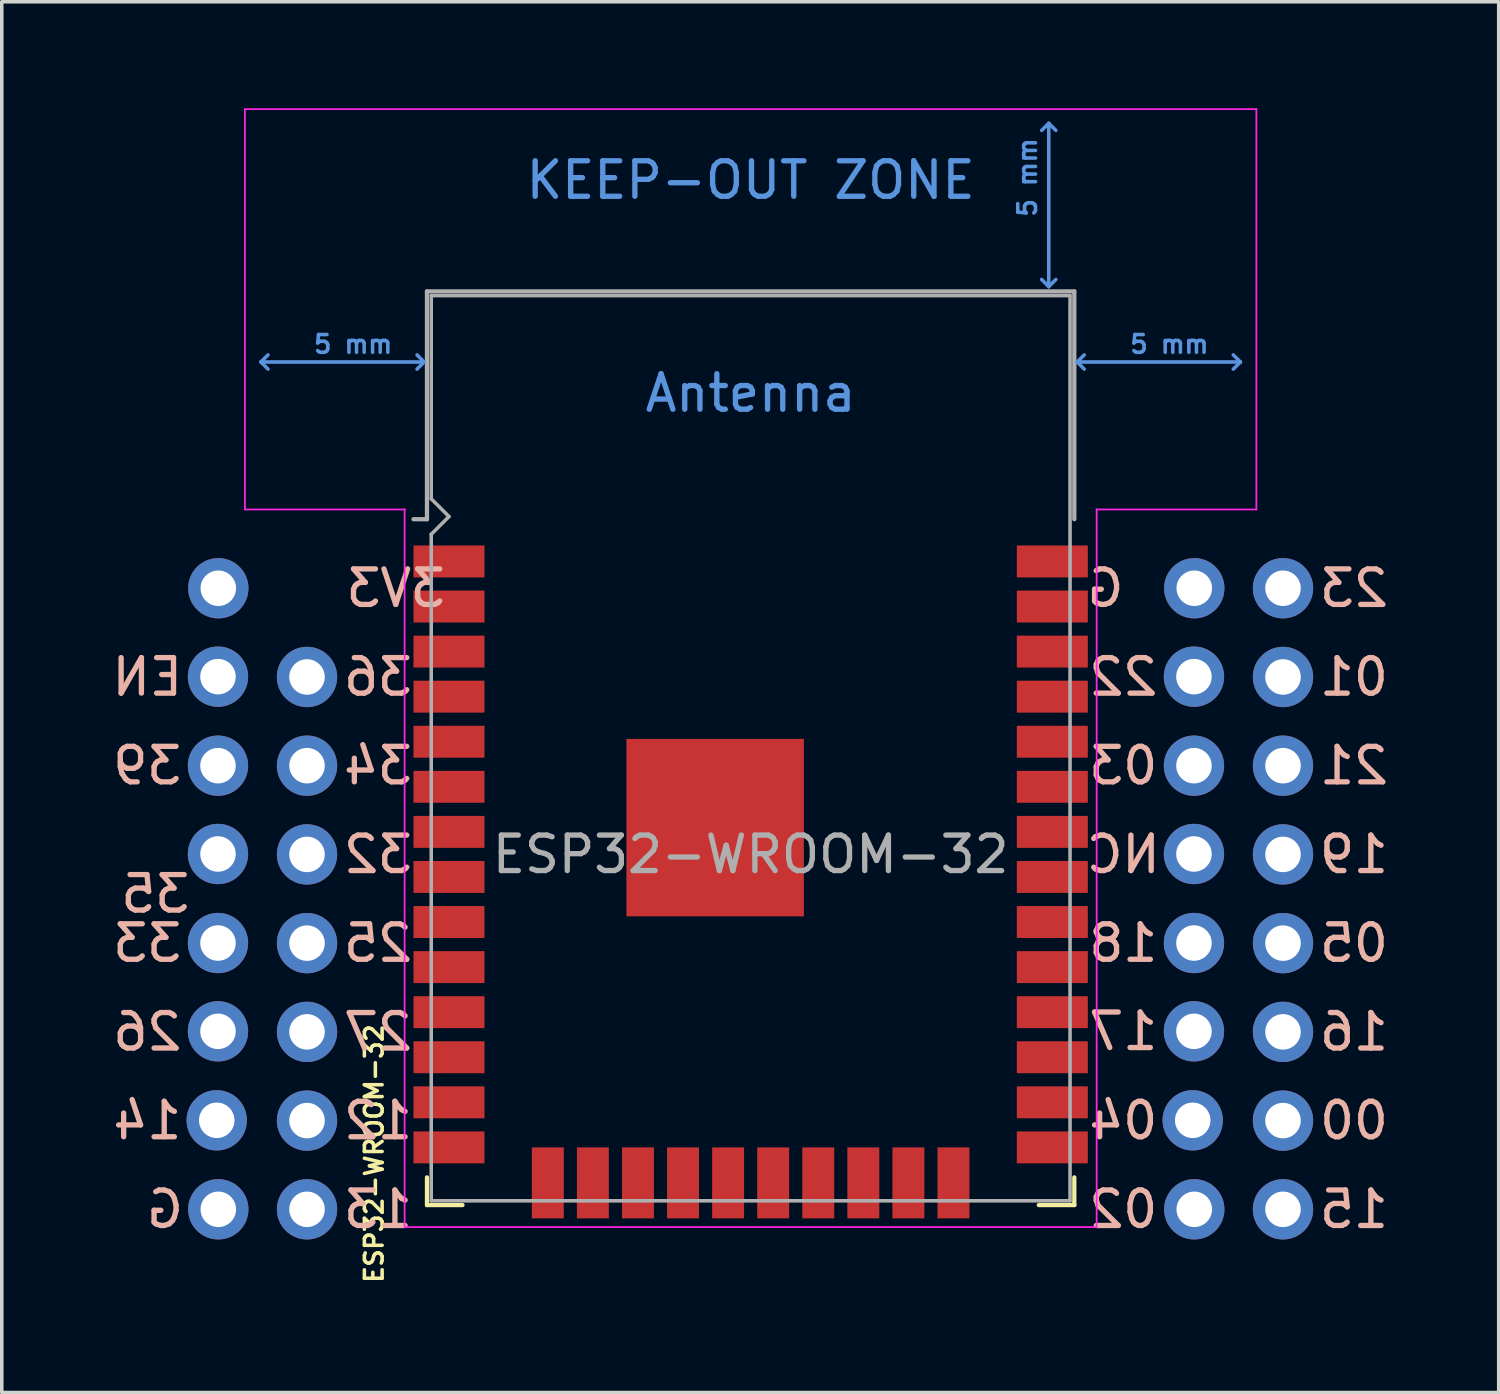
<source format=kicad_pcb>
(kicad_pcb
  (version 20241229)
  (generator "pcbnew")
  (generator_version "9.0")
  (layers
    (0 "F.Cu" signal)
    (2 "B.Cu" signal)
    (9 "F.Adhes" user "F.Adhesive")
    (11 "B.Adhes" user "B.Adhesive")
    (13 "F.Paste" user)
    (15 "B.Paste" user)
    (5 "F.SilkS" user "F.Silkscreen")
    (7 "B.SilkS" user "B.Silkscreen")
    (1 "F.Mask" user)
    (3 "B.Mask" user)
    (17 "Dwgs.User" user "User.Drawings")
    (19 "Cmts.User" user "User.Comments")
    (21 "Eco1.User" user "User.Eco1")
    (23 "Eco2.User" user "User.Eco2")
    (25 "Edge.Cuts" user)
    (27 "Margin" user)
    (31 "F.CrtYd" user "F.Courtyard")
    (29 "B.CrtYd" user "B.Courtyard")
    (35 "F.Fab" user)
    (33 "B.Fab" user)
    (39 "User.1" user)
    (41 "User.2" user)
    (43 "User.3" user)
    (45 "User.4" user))
  (footprint "ESP32-WROOM-32"
    (layer "F.Cu")
    (at 18.101 21.025)
    (property "Reference" "ESP32-WROOM-32" (at -10.61 8.43 90) (layer "F.SilkS") (effects (font (size 0.5 0.5) (thickness 0.1))))
    (attr smd)
    (fp_line (start -9.12 9.1) (end -9.12 9.88) (stroke (width 0.12) (type solid)) (layer "F.SilkS"))
    (fp_line (start -9.12 9.88) (end -8.12 9.88) (stroke (width 0.12) (type solid)) (layer "F.SilkS"))
    (fp_line (start 9.12 9.1) (end 9.12 9.88) (stroke (width 0.12) (type solid)) (layer "F.SilkS"))
    (fp_line (start 9.12 9.88) (end 8.12 9.88) (stroke (width 0.12) (type solid)) (layer "F.SilkS"))
    (fp_line (start -13.8 -13.875) (end -13.6 -14.075) (stroke (width 0.1) (type solid)) (layer "Cmts.User"))
    (fp_line (start -13.8 -13.875) (end -13.6 -13.675) (stroke (width 0.1) (type solid)) (layer "Cmts.User"))
    (fp_line (start -13.8 -13.875) (end -9.2 -13.875) (stroke (width 0.1) (type solid)) (layer "Cmts.User"))
    (fp_line (start -9.2 -13.875) (end -9.4 -14.075) (stroke (width 0.1) (type solid)) (layer "Cmts.User"))
    (fp_line (start -9.2 -13.875) (end -9.4 -13.675) (stroke (width 0.1) (type solid)) (layer "Cmts.User"))
    (fp_line (start 8.4 -20.6) (end 8.2 -20.4) (stroke (width 0.1) (type solid)) (layer "Cmts.User"))
    (fp_line (start 8.4 -20.6) (end 8.6 -20.4) (stroke (width 0.1) (type solid)) (layer "Cmts.User"))
    (fp_line (start 8.4 -16) (end 8.2 -16.2) (stroke (width 0.1) (type solid)) (layer "Cmts.User"))
    (fp_line (start 8.4 -16) (end 8.4 -20.6) (stroke (width 0.1) (type solid)) (layer "Cmts.User"))
    (fp_line (start 8.4 -16) (end 8.6 -16.2) (stroke (width 0.1) (type solid)) (layer "Cmts.User"))
    (fp_line (start 9.2 -13.875) (end 9.4 -14.075) (stroke (width 0.1) (type solid)) (layer "Cmts.User"))
    (fp_line (start 9.2 -13.875) (end 9.4 -13.675) (stroke (width 0.1) (type solid)) (layer "Cmts.User"))
    (fp_line (start 9.2 -13.875) (end 13.8 -13.875) (stroke (width 0.1) (type solid)) (layer "Cmts.User"))
    (fp_line (start 13.8 -13.875) (end 13.6 -14.075) (stroke (width 0.1) (type solid)) (layer "Cmts.User"))
    (fp_line (start 13.8 -13.875) (end 13.6 -13.675) (stroke (width 0.1) (type solid)) (layer "Cmts.User"))
    (fp_line (start -14.25 -21) (end -14.25 -9.72) (stroke (width 0.05) (type solid)) (layer "F.CrtYd"))
    (fp_line (start -14.25 -21) (end 14.25 -21) (stroke (width 0.05) (type solid)) (layer "F.CrtYd"))
    (fp_line (start -14.25 -9.72) (end -9.75 -9.72) (stroke (width 0.05) (type solid)) (layer "F.CrtYd"))
    (fp_line (start -9.75 10.5) (end -9.75 -9.72) (stroke (width 0.05) (type solid)) (layer "F.CrtYd"))
    (fp_line (start -9.75 10.5) (end 9.75 10.5) (stroke (width 0.05) (type solid)) (layer "F.CrtYd"))
    (fp_line (start 9.75 -9.72) (end 9.75 10.5) (stroke (width 0.05) (type solid)) (layer "F.CrtYd"))
    (fp_line (start 9.75 -9.72) (end 14.25 -9.72) (stroke (width 0.05) (type solid)) (layer "F.CrtYd"))
    (fp_line (start 14.25 -21) (end 14.25 -9.72) (stroke (width 0.05) (type solid)) (layer "F.CrtYd"))
    (fp_line (start -9.12 -15.865) (end -9.12 -9.445) (stroke (width 0.12) (type solid)) (layer "F.Fab"))
    (fp_line (start -9.12 -15.865) (end 9.12 -15.865) (stroke (width 0.12) (type solid)) (layer "F.Fab"))
    (fp_line (start -9.12 -9.445) (end -9.5 -9.445) (stroke (width 0.12) (type solid)) (layer "F.Fab"))
    (fp_line (start -9 -15.745) (end -9 -10.02) (stroke (width 0.1) (type solid)) (layer "F.Fab"))
    (fp_line (start -9 -15.745) (end 9 -15.745) (stroke (width 0.1) (type solid)) (layer "F.Fab"))
    (fp_line (start -9 -9.02) (end -9 9.76) (stroke (width 0.1) (type solid)) (layer "F.Fab"))
    (fp_line (start -9 -9.02) (end -8.5 -9.52) (stroke (width 0.1) (type solid)) (layer "F.Fab"))
    (fp_line (start -9 9.76) (end 9 9.76) (stroke (width 0.1) (type solid)) (layer "F.Fab"))
    (fp_line (start -8.5 -9.52) (end -9 -10.02) (stroke (width 0.1) (type solid)) (layer "F.Fab"))
    (fp_line (start 9 9.76) (end 9 -15.745) (stroke (width 0.1) (type solid)) (layer "F.Fab"))
    (fp_line (start 9.12 -15.865) (end 9.12 -9.445) (stroke (width 0.12) (type solid)) (layer "F.Fab"))
    (fp_text user "EN" (at -17 -5 0) (unlocked yes) (layer "B.SilkS") (effects (font (size 1 1) (thickness 0.15)) (justify mirror)))
    (fp_text user "01" (at 17 -5 0) (unlocked yes) (layer "B.SilkS") (effects (font (size 1 1) (thickness 0.15)) (justify mirror)))
    (fp_text user "14" (at -17 7.5 0) (unlocked yes) (layer "B.SilkS") (effects (font (size 1 1) (thickness 0.15)) (justify mirror)))
    (fp_text user "27" (at -10.5 5 0) (unlocked yes) (layer "B.SilkS") (effects (font (size 1 1) (thickness 0.15)) (justify mirror)))
    (fp_text user "G" (at -16.5 10 0) (unlocked yes) (layer "B.SilkS") (effects (font (size 1 1) (thickness 0.15)) (justify mirror)))
    (fp_text user "17" (at 10.5 4.986 0) (unlocked yes) (layer "B.SilkS") (effects (font (size 1 1) (thickness 0.15)) (justify mirror)))
    (fp_text user "05" (at 17 2.5 0) (unlocked yes) (layer "B.SilkS") (effects (font (size 1 1) (thickness 0.15)) (justify mirror)))
    (fp_text user "35" (at -16.772 1.113 0) (unlocked yes) (layer "B.SilkS") (effects (font (size 1 1) (thickness 0.15)) (justify mirror)))
    (fp_text user "16" (at 17 5 0) (unlocked yes) (layer "B.SilkS") (effects (font (size 1 1) (thickness 0.15)) (justify mirror)))
    (fp_text user "21" (at 17 -2.5 0) (unlocked yes) (layer "B.SilkS") (effects (font (size 1 1) (thickness 0.15)) (justify mirror)))
    (fp_text user "04" (at 10.5 7.5 0) (unlocked yes) (layer "B.SilkS") (effects (font (size 1 1) (thickness 0.15)) (justify mirror)))
    (fp_text user "12" (at -10.5 7.5 0) (unlocked yes) (layer "B.SilkS") (effects (font (size 1 1) (thickness 0.15)) (justify mirror)))
    (fp_text user "23" (at 17 -7.5 0) (unlocked yes) (layer "B.SilkS") (effects (font (size 1 1) (thickness 0.15)) (justify mirror)))
    (fp_text user "19" (at 17 0 0) (unlocked yes) (layer "B.SilkS") (effects (font (size 1 1) (thickness 0.15)) (justify mirror)))
    (fp_text user "13" (at -10.5 10 0) (unlocked yes) (layer "B.SilkS") (effects (font (size 1 1) (thickness 0.15)) (justify mirror)))
    (fp_text user "3V3" (at -10 -7.5 0) (unlocked yes) (layer "B.SilkS") (effects (font (size 1 1) (thickness 0.15)) (justify mirror)))
    (fp_text user "G" (at 10 -7.5 0) (unlocked yes) (layer "B.SilkS") (effects (font (size 1 1) (thickness 0.15)) (justify mirror)))
    (fp_text user "02" (at 10.5 10 0) (unlocked yes) (layer "B.SilkS") (effects (font (size 1 1) (thickness 0.15)) (justify mirror)))
    (fp_text user "22" (at 10.5 -5 0) (unlocked yes) (layer "B.SilkS") (effects (font (size 1 1) (thickness 0.15)) (justify mirror)))
    (fp_text user "NC" (at 10.5 0 0) (unlocked yes) (layer "B.SilkS") (effects (font (size 1 1) (thickness 0.15)) (justify mirror)))
    (fp_text user "39" (at -17 -2.5 0) (unlocked yes) (layer "B.SilkS") (effects (font (size 1 1) (thickness 0.15)) (justify mirror)))
    (fp_text user "34" (at -10.5 -2.5 0) (unlocked yes) (layer "B.SilkS") (effects (font (size 1 1) (thickness 0.15)) (justify mirror)))
    (fp_text user "32" (at -10.5 0 0) (unlocked yes) (layer "B.SilkS") (effects (font (size 1 1) (thickness 0.15)) (justify mirror)))
    (fp_text user "15" (at 17 10 0) (unlocked yes) (layer "B.SilkS") (effects (font (size 1 1) (thickness 0.15)) (justify mirror)))
    (fp_text user "36" (at -10.5 -5 0) (unlocked yes) (layer "B.SilkS") (effects (font (size 1 1) (thickness 0.15)) (justify mirror)))
    (fp_text user "33" (at -17 2.5 0) (unlocked yes) (layer "B.SilkS") (effects (font (size 1 1) (thickness 0.15)) (justify mirror)))
    (fp_text user "25" (at -10.5 2.5 0) (unlocked yes) (layer "B.SilkS") (effects (font (size 1 1) (thickness 0.15)) (justify mirror)))
    (fp_text user "26" (at -17 5 0) (unlocked yes) (layer "B.SilkS") (effects (font (size 1 1) (thickness 0.15)) (justify mirror)))
    (fp_text user "18" (at 10.5 2.5 0) (unlocked yes) (layer "B.SilkS") (effects (font (size 1 1) (thickness 0.15)) (justify mirror)))
    (fp_text user "03" (at 10.5 -2.5 0) (unlocked yes) (layer "B.SilkS") (effects (font (size 1 1) (thickness 0.15)) (justify mirror)))
    (fp_text user "00" (at 17 7.5 0) (unlocked yes) (layer "B.SilkS") (effects (font (size 1 1) (thickness 0.15)) (justify mirror)))
    (fp_text user "Antenna" (at 0 -13 0) (layer "Cmts.User") (effects (font (size 1 1) (thickness 0.15))))
    (fp_text user "5 mm" (at 7.8 -19.075 90) (layer "Cmts.User") (effects (font (size 0.5 0.5) (thickness 0.1))))
    (fp_text user "5 mm" (at -11.2 -14.375 0) (layer "Cmts.User") (effects (font (size 0.5 0.5) (thickness 0.1))))
    (fp_text user "KEEP-OUT ZONE" (at 0 -19 0) (layer "Cmts.User") (effects (font (size 1 1) (thickness 0.15))))
    (fp_text user "5 mm" (at 11.8 -14.375 0) (layer "Cmts.User") (effects (font (size 0.5 0.5) (thickness 0.1))))
    (fp_text user "${REFERENCE}" (at 0 0 0) (layer "F.Fab") (effects (font (size 1 1) (thickness 0.15))))
    (pad "1" smd rect (at -8.5 -8.255) (size 2 0.9) (layers "F.Cu" "F.Mask" "F.Paste"))
    (pad "2" thru_hole circle (at -15 -7.5) (size 1.7 1.7) (drill 1) (layers "*.Cu" "*.Mask"))
    (pad "2" smd rect (at -8.5 -6.985) (size 2 0.9) (layers "F.Cu" "F.Mask" "F.Paste"))
    (pad "3" thru_hole circle (at -15.009 -5.009) (size 1.7 1.7) (drill 1) (layers "*.Cu" "*.Mask"))
    (pad "3" smd rect (at -8.5 -5.715) (size 2 0.9) (layers "F.Cu" "F.Mask" "F.Paste"))
    (pad "4" thru_hole circle (at -12.5 -5) (size 1.7 1.7) (drill 1) (layers "*.Cu" "*.Mask"))
    (pad "4" smd rect (at -8.5 -4.445) (size 2 0.9) (layers "F.Cu" "F.Mask" "F.Paste"))
    (pad "5" thru_hole circle (at -15.009 -2.5) (size 1.7 1.7) (drill 1) (layers "*.Cu" "*.Mask"))
    (pad "5" smd rect (at -8.5 -3.175) (size 2 0.9) (layers "F.Cu" "F.Mask" "F.Paste"))
    (pad "6" thru_hole circle (at -12.5 -2.5) (size 1.7 1.7) (drill 1) (layers "*.Cu" "*.Mask"))
    (pad "6" smd rect (at -8.5 -1.905) (size 2 0.9) (layers "F.Cu" "F.Mask" "F.Paste"))
    (pad "7" thru_hole circle (at -15.009 -0.012) (size 1.7 1.7) (drill 1) (layers "*.Cu" "*.Mask"))
    (pad "7" smd rect (at -8.5 -0.635) (size 2 0.9) (layers "F.Cu" "F.Mask" "F.Paste"))
    (pad "8" thru_hole circle (at -12.5 0) (size 1.7 1.7) (drill 1) (layers "*.Cu" "*.Mask"))
    (pad "8" smd rect (at -8.5 0.635) (size 2 0.9) (layers "F.Cu" "F.Mask" "F.Paste"))
    (pad "9" thru_hole circle (at -15.009 2.497) (size 1.7 1.7) (drill 1) (layers "*.Cu" "*.Mask"))
    (pad "9" smd rect (at -8.5 1.905) (size 2 0.9) (layers "F.Cu" "F.Mask" "F.Paste"))
    (pad "10" thru_hole circle (at -12.5 2.5) (size 1.7 1.7) (drill 1) (layers "*.Cu" "*.Mask"))
    (pad "10" smd rect (at -8.5 3.175) (size 2 0.9) (layers "F.Cu" "F.Mask" "F.Paste"))
    (pad "11" thru_hole circle (at -15.009 4.985) (size 1.7 1.7) (drill 1) (layers "*.Cu" "*.Mask"))
    (pad "11" smd rect (at -8.5 4.445) (size 2 0.9) (layers "F.Cu" "F.Mask" "F.Paste"))
    (pad "12" thru_hole circle (at -12.5 5) (size 1.7 1.7) (drill 1) (layers "*.Cu" "*.Mask"))
    (pad "12" smd rect (at -8.5 5.715) (size 2 0.9) (layers "F.Cu" "F.Mask" "F.Paste"))
    (pad "13" thru_hole circle (at -15.044 7.492) (size 1.7 1.7) (drill 1) (layers "*.Cu" "*.Mask"))
    (pad "13" smd rect (at -8.5 6.985) (size 2 0.9) (layers "F.Cu" "F.Mask" "F.Paste"))
    (pad "14" thru_hole circle (at -12.5 7.5) (size 1.7 1.7) (drill 1) (layers "*.Cu" "*.Mask"))
    (pad "14" smd rect (at -8.5 8.255) (size 2 0.9) (layers "F.Cu" "F.Mask" "F.Paste"))
    (pad "15" thru_hole circle (at -15 10) (size 1.7 1.7) (drill 1) (layers "*.Cu" "*.Mask"))
    (pad "15" smd rect (at -5.715 9.255 90) (size 2 0.9) (layers "F.Cu" "F.Mask" "F.Paste"))
    (pad "16" thru_hole circle (at -12.5 10) (size 1.7 1.7) (drill 1) (layers "*.Cu" "*.Mask"))
    (pad "16" smd rect (at -4.445 9.255 90) (size 2 0.9) (layers "F.Cu" "F.Mask" "F.Paste"))
    (pad "17" smd rect (at -3.175 9.255 90) (size 2 0.9) (layers "F.Cu" "F.Mask" "F.Paste"))
    (pad "18" smd rect (at -1.905 9.255 90) (size 2 0.9) (layers "F.Cu" "F.Mask" "F.Paste"))
    (pad "19" smd rect (at -0.635 9.255 90) (size 2 0.9) (layers "F.Cu" "F.Mask" "F.Paste"))
    (pad "20" smd rect (at 0.635 9.255 90) (size 2 0.9) (layers "F.Cu" "F.Mask" "F.Paste"))
    (pad "21" smd rect (at 1.905 9.255 90) (size 2 0.9) (layers "F.Cu" "F.Mask" "F.Paste"))
    (pad "22" smd rect (at 3.175 9.255 90) (size 2 0.9) (layers "F.Cu" "F.Mask" "F.Paste"))
    (pad "23" smd rect (at 4.445 9.255 90) (size 2 0.9) (layers "F.Cu" "F.Mask" "F.Paste"))
    (pad "23" thru_hole circle (at 15 10) (size 1.7 1.7) (drill 1) (layers "*.Cu" "*.Mask"))
    (pad "24" smd rect (at 5.715 9.255 90) (size 2 0.9) (layers "F.Cu" "F.Mask" "F.Paste"))
    (pad "24" thru_hole circle (at 12.5 10) (size 1.7 1.7) (drill 1) (layers "*.Cu" "*.Mask"))
    (pad "25" smd rect (at 8.5 8.255) (size 2 0.9) (layers "F.Cu" "F.Mask" "F.Paste"))
    (pad "25" thru_hole circle (at 15 7.5 90) (size 1.7 1.7) (drill 1) (layers "*.Cu" "*.Mask"))
    (pad "26" smd rect (at 8.5 6.985) (size 2 0.9) (layers "F.Cu" "F.Mask" "F.Paste"))
    (pad "26" thru_hole circle (at 12.456 7.492) (size 1.7 1.7) (drill 1) (layers "*.Cu" "*.Mask"))
    (pad "27" smd rect (at 8.5 5.715) (size 2 0.9) (layers "F.Cu" "F.Mask" "F.Paste"))
    (pad "27" thru_hole circle (at 15 5) (size 1.7 1.7) (drill 1) (layers "*.Cu" "*.Mask"))
    (pad "28" smd rect (at 8.5 4.445) (size 2 0.9) (layers "F.Cu" "F.Mask" "F.Paste"))
    (pad "28" thru_hole circle (at 12.491 4.985) (size 1.7 1.7) (drill 1) (layers "*.Cu" "*.Mask"))
    (pad "29" smd rect (at 8.5 3.175) (size 2 0.9) (layers "F.Cu" "F.Mask" "F.Paste"))
    (pad "29" thru_hole circle (at 15 2.5) (size 1.7 1.7) (drill 1) (layers "*.Cu" "*.Mask"))
    (pad "30" smd rect (at 8.5 1.905) (size 2 0.9) (layers "F.Cu" "F.Mask" "F.Paste"))
    (pad "30" thru_hole circle (at 12.491 2.497) (size 1.7 1.7) (drill 1) (layers "*.Cu" "*.Mask"))
    (pad "31" smd rect (at 8.5 0.635) (size 2 0.9) (layers "F.Cu" "F.Mask" "F.Paste"))
    (pad "31" thru_hole circle (at 15 0) (size 1.7 1.7) (drill 1) (layers "*.Cu" "*.Mask"))
    (pad "32" smd rect (at 8.5 -0.635) (size 2 0.9) (layers "F.Cu" "F.Mask" "F.Paste"))
    (pad "32" thru_hole circle (at 12.491 -0.012) (size 1.7 1.7) (drill 1) (layers "*.Cu" "*.Mask"))
    (pad "33" smd rect (at 8.5 -1.905) (size 2 0.9) (layers "F.Cu" "F.Mask" "F.Paste"))
    (pad "33" thru_hole circle (at 15 -2.5) (size 1.7 1.7) (drill 1) (layers "*.Cu" "*.Mask"))
    (pad "34" smd rect (at 8.5 -3.175) (size 2 0.9) (layers "F.Cu" "F.Mask" "F.Paste"))
    (pad "34" thru_hole circle (at 12.491 -2.5) (size 1.7 1.7) (drill 1) (layers "*.Cu" "*.Mask"))
    (pad "35" smd rect (at 8.5 -4.445) (size 2 0.9) (layers "F.Cu" "F.Mask" "F.Paste"))
    (pad "35" thru_hole circle (at 15 -5) (size 1.7 1.7) (drill 1) (layers "*.Cu" "*.Mask"))
    (pad "36" smd rect (at 8.5 -5.715) (size 2 0.9) (layers "F.Cu" "F.Mask" "F.Paste"))
    (pad "36" thru_hole circle (at 12.491 -5.009) (size 1.7 1.7) (drill 1) (layers "*.Cu" "*.Mask"))
    (pad "37" smd rect (at 8.5 -6.985) (size 2 0.9) (layers "F.Cu" "F.Mask" "F.Paste"))
    (pad "37" thru_hole circle (at 15 -7.5) (size 1.7 1.7) (drill 1) (layers "*.Cu" "*.Mask"))
    (pad "38" smd rect (at 8.5 -8.255) (size 2 0.9) (layers "F.Cu" "F.Mask" "F.Paste"))
    (pad "38" thru_hole circle (at 12.5 -7.5) (size 1.7 1.7) (drill 1) (layers "*.Cu" "*.Mask"))
    (pad "39" smd rect (at -1 -0.755) (size 5 5) (layers "F.Cu" "F.Mask" "F.Paste"))
    (zone (net_name "") (layers "F.Cu" "B.Cu") (hatch full 0.508) (connect_pads) (min_thickness 0.254) (filled_areas_thickness no) (keepout (tracks not_allowed) (vias not_allowed) (pads not_allowed) (copperpour not_allowed) (footprints not_allowed)) (placement (enabled no)) (fill) (polygon (pts (xy 4.101 11.055) (xy 32.101 11.055) (xy 32.101 0.275) (xy 4.101 0.275)))))
  (gr_rect
    (start -3 -3)
    (end 39.179 36.186)
    (stroke (width 0.1) (type default))
    (fill no)
    (layer "Edge.Cuts")))
</source>
